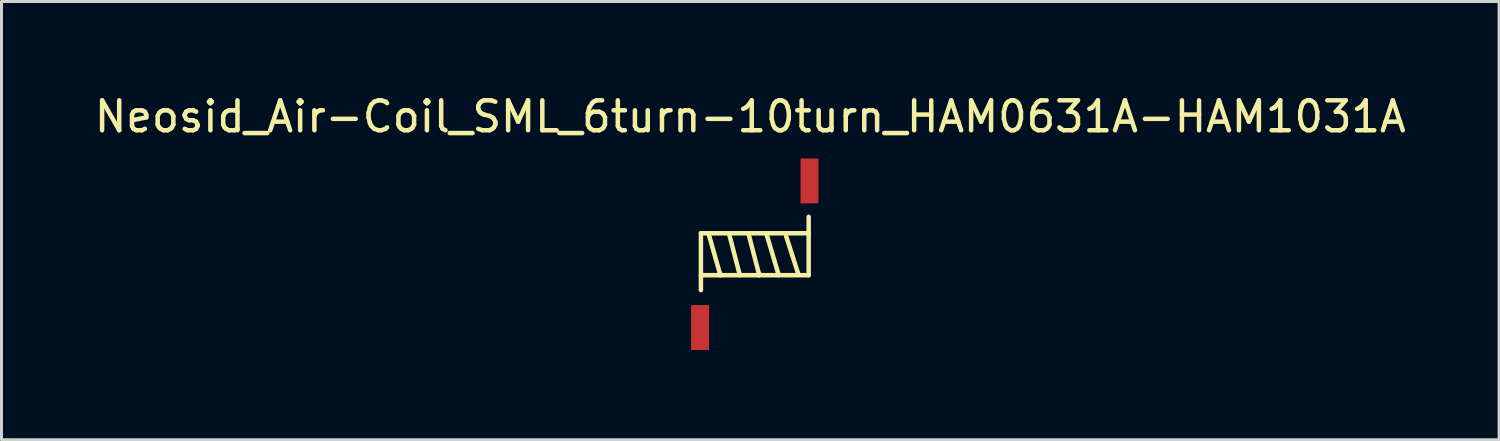
<source format=kicad_pcb>
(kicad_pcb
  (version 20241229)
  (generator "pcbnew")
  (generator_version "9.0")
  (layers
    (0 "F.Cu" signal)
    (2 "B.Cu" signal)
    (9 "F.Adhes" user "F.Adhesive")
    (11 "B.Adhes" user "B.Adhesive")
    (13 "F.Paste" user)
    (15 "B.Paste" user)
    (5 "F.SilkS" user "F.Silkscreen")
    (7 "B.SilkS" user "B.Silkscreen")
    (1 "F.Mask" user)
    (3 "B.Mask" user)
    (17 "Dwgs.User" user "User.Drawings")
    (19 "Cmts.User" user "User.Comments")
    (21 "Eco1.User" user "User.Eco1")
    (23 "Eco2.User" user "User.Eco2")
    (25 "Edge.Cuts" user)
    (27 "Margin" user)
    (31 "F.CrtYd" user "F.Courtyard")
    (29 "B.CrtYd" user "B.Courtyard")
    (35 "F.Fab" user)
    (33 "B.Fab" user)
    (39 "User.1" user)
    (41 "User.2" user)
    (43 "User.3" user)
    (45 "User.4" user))
  (footprint "Neosid_Air-Coil_SML_6turn-10turn_HAM0631A-HAM1031A"
    (layer "F.Cu")
    (at 22.18 5.448)
    (property "Reference" "Neosid_Air-Coil_SML_6turn-10turn_HAM0631A-HAM1031A" (at -0.15 -4.6 0) (layer "F.SilkS") (effects (font (size 1 1) (thickness 0.15))))
    (attr smd)
    (fp_line (start -1.801 -0.701) (end -1.801 0.701) (stroke (width 0.15) (type solid)) (layer "F.SilkS"))
    (fp_line (start -1.801 -0.701) (end 1.801 -0.701) (stroke (width 0.15) (type solid)) (layer "F.SilkS"))
    (fp_line (start -1.801 0.749) (end -1.801 1.199) (stroke (width 0.15) (type solid)) (layer "F.SilkS"))
    (fp_line (start -1.549 -0.701) (end -1.151 0.701) (stroke (width 0.15) (type solid)) (layer "F.SilkS"))
    (fp_line (start -1.151 0.701) (end -1.151 0.65) (stroke (width 0.15) (type solid)) (layer "F.SilkS"))
    (fp_line (start -0.851 -0.65) (end -0.5 0.701) (stroke (width 0.15) (type solid)) (layer "F.SilkS"))
    (fp_line (start -0.201 -0.65) (end 0.15 0.701) (stroke (width 0.15) (type solid)) (layer "F.SilkS"))
    (fp_line (start 0.15 0.701) (end 0.15 0.65) (stroke (width 0.15) (type solid)) (layer "F.SilkS"))
    (fp_line (start 0.399 -0.65) (end 0.8 0.701) (stroke (width 0.15) (type solid)) (layer "F.SilkS"))
    (fp_line (start 1.049 -0.599) (end 1.45 0.65) (stroke (width 0.15) (type solid)) (layer "F.SilkS"))
    (fp_line (start 1.801 0.701) (end -1.801 0.701) (stroke (width 0.15) (type solid)) (layer "F.SilkS"))
    (fp_line (start 1.801 0.701) (end 1.801 -1.25) (stroke (width 0.15) (type solid)) (layer "F.SilkS"))
    (pad "1" smd rect (at -1.829 2.451) (size 0.599 1.501) (layers "F.Cu" "F.Mask" "F.Paste"))
    (pad "2" smd rect (at 1.829 -2.451) (size 0.599 1.501) (layers "F.Cu" "F.Mask" "F.Paste")))
  (gr_rect
    (start -3 -3)
    (end 47.06 11.65)
    (stroke (width 0.1) (type default))
    (fill no)
    (layer "Edge.Cuts")))
</source>
